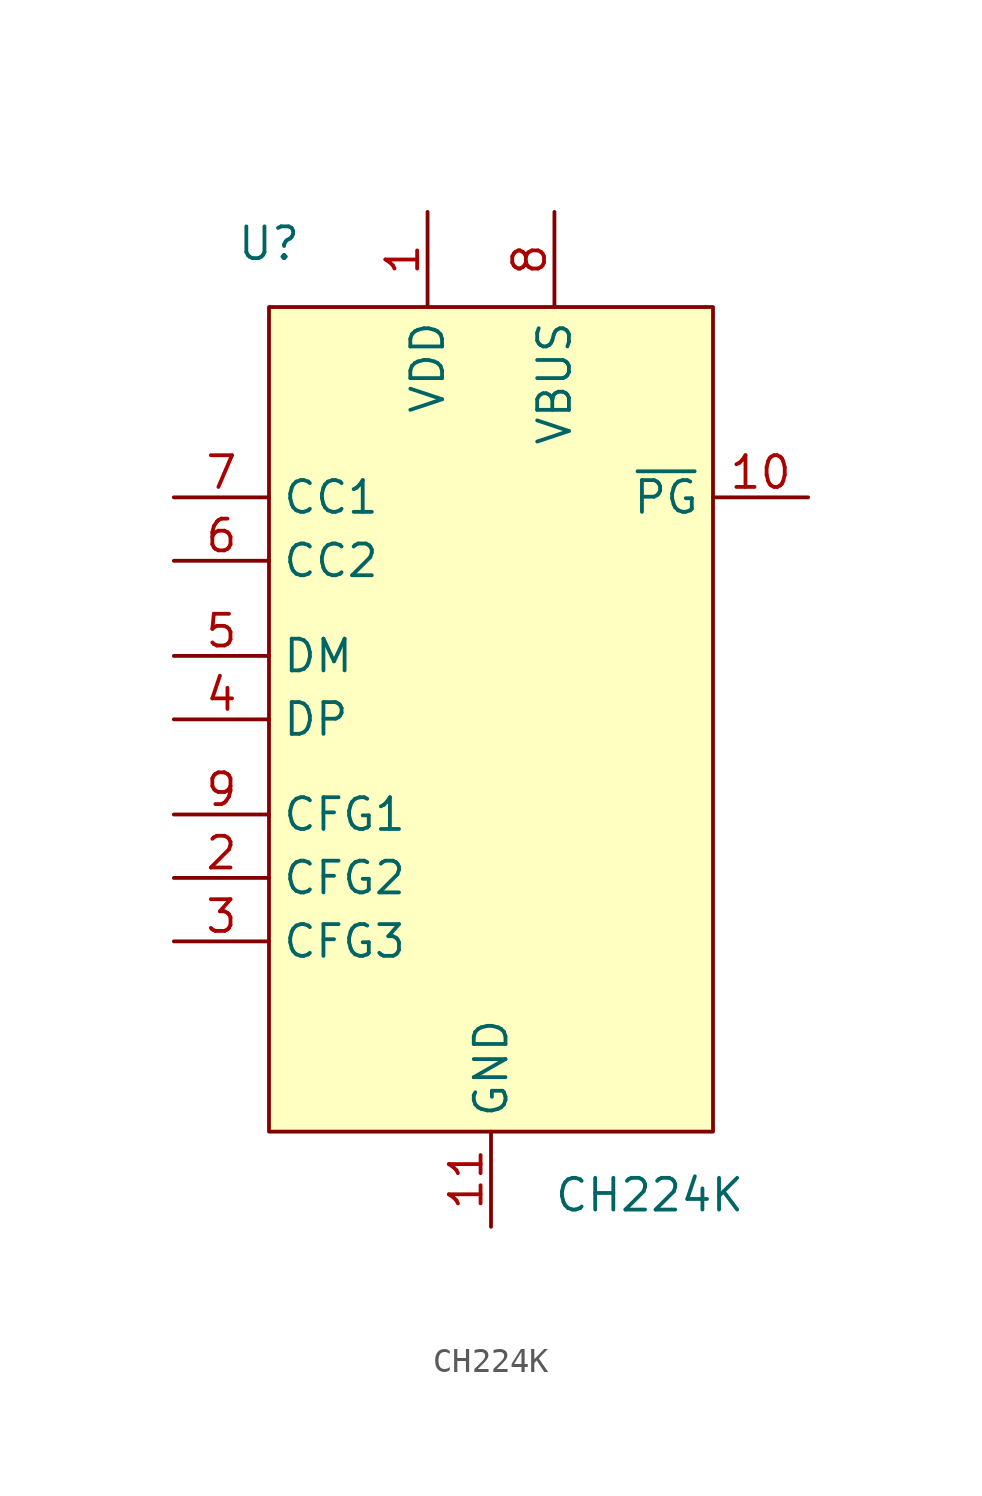
<source format=kicad_sym>
(kicad_symbol_lib
  (version 20211014)
  (generator kicad_symbol_editor)
  (symbol "CH224K"
    (property "Reference" "U"
      (at -8.89 19.05 0)
      (effects (font (size 1.27 1.27))))
    (property "Value" "CH224K"
      (at 6.35 -19.05 0)
      (effects (font (size 1.27 1.27))))
    (symbol "CH224K_0_0"
      (rectangle (start -8.89 16.51) (end 8.89 -16.51) (stroke (width 0) (type default) (color 0 0 0 0)) (fill (type background))))
    (symbol "CH224K_1_1"
      (pin power_in line (at -2.54 20.32 270) (length 3.81) (name "VDD" (effects (font (size 1.27 1.27)))) (number "1" (effects (font (size 1.27 1.27)))))
      (pin output line (at 12.7 8.89 180) (length 3.81) (name "~{PG}" (effects (font (size 1.27 1.27)))) (number "10" (effects (font (size 1.27 1.27)))))
      (pin power_in line (at 0 -20.32 90) (length 3.81) (name "GND" (effects (font (size 1.27 1.27)))) (number "11" (effects (font (size 1.27 1.27)))))
      (pin input line (at -12.7 -6.35 0) (length 3.81) (name "CFG2" (effects (font (size 1.27 1.27)))) (number "2" (effects (font (size 1.27 1.27)))))
      (pin input line (at -12.7 -8.89 0) (length 3.81) (name "CFG3" (effects (font (size 1.27 1.27)))) (number "3" (effects (font (size 1.27 1.27)))))
      (pin bidirectional line (at -12.7 0 0) (length 3.81) (name "DP" (effects (font (size 1.27 1.27)))) (number "4" (effects (font (size 1.27 1.27)))))
      (pin bidirectional line (at -12.7 2.54 0) (length 3.81) (name "DM" (effects (font (size 1.27 1.27)))) (number "5" (effects (font (size 1.27 1.27)))))
      (pin bidirectional line (at -12.7 6.35 0) (length 3.81) (name "CC2" (effects (font (size 1.27 1.27)))) (number "6" (effects (font (size 1.27 1.27)))))
      (pin bidirectional line (at -12.7 8.89 0) (length 3.81) (name "CC1" (effects (font (size 1.27 1.27)))) (number "7" (effects (font (size 1.27 1.27)))))
      (pin power_in line (at 2.54 20.32 270) (length 3.81) (name "VBUS" (effects (font (size 1.27 1.27)))) (number "8" (effects (font (size 1.27 1.27)))))
      (pin input line (at -12.7 -3.81 0) (length 3.81) (name "CFG1" (effects (font (size 1.27 1.27)))) (number "9" (effects (font (size 1.27 1.27))))))))
</source>
